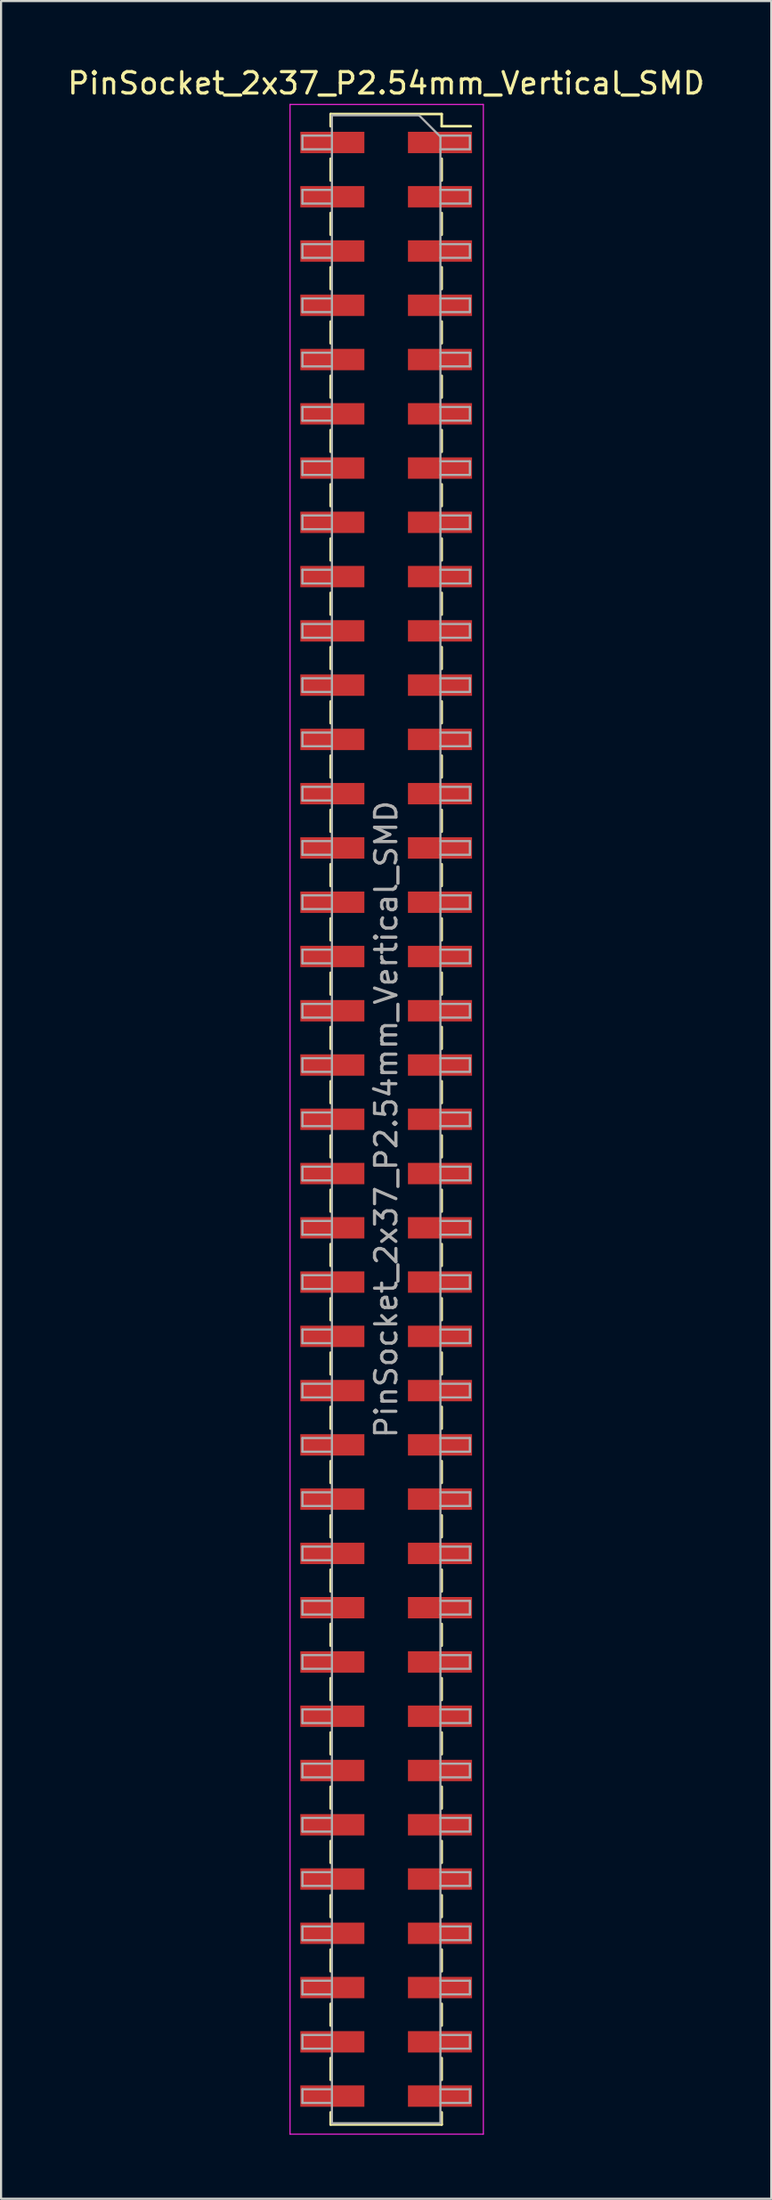
<source format=kicad_pcb>
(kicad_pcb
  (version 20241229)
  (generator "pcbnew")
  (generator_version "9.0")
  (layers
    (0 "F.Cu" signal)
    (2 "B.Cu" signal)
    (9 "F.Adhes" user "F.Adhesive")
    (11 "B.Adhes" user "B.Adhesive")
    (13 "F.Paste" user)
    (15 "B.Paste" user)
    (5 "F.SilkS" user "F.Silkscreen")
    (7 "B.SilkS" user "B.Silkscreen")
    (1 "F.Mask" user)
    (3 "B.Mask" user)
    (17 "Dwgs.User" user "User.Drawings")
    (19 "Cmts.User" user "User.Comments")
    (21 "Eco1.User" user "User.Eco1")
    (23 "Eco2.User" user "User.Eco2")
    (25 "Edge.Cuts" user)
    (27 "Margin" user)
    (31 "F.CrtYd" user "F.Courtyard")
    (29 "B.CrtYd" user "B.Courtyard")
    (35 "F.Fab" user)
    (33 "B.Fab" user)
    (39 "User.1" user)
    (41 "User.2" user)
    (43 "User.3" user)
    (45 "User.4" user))
  (footprint "PinSocket_2x37_P2.54mm_Vertical_SMD"
    (layer "F.Cu")
    (at 15.03 49.338)
    (property "Reference" "PinSocket_2x37_P2.54mm_Vertical_SMD" (at 0 -48.49 0) (layer "F.SilkS") (effects (font (size 1 1) (thickness 0.15))))
    (attr smd)
    (fp_line (start -2.6 -47.05) (end -2.6 -46.48) (stroke (width 0.12) (type solid)) (layer "F.SilkS"))
    (fp_line (start -2.6 -47.05) (end 2.6 -47.05) (stroke (width 0.12) (type solid)) (layer "F.SilkS"))
    (fp_line (start -2.6 -44.96) (end -2.6 -43.94) (stroke (width 0.12) (type solid)) (layer "F.SilkS"))
    (fp_line (start -2.6 -42.42) (end -2.6 -41.4) (stroke (width 0.12) (type solid)) (layer "F.SilkS"))
    (fp_line (start -2.6 -39.88) (end -2.6 -38.86) (stroke (width 0.12) (type solid)) (layer "F.SilkS"))
    (fp_line (start -2.6 -37.34) (end -2.6 -36.32) (stroke (width 0.12) (type solid)) (layer "F.SilkS"))
    (fp_line (start -2.6 -34.8) (end -2.6 -33.78) (stroke (width 0.12) (type solid)) (layer "F.SilkS"))
    (fp_line (start -2.6 -32.26) (end -2.6 -31.24) (stroke (width 0.12) (type solid)) (layer "F.SilkS"))
    (fp_line (start -2.6 -29.72) (end -2.6 -28.7) (stroke (width 0.12) (type solid)) (layer "F.SilkS"))
    (fp_line (start -2.6 -27.18) (end -2.6 -26.16) (stroke (width 0.12) (type solid)) (layer "F.SilkS"))
    (fp_line (start -2.6 -24.64) (end -2.6 -23.62) (stroke (width 0.12) (type solid)) (layer "F.SilkS"))
    (fp_line (start -2.6 -22.1) (end -2.6 -21.08) (stroke (width 0.12) (type solid)) (layer "F.SilkS"))
    (fp_line (start -2.6 -19.56) (end -2.6 -18.54) (stroke (width 0.12) (type solid)) (layer "F.SilkS"))
    (fp_line (start -2.6 -17.02) (end -2.6 -16) (stroke (width 0.12) (type solid)) (layer "F.SilkS"))
    (fp_line (start -2.6 -14.48) (end -2.6 -13.46) (stroke (width 0.12) (type solid)) (layer "F.SilkS"))
    (fp_line (start -2.6 -11.94) (end -2.6 -10.92) (stroke (width 0.12) (type solid)) (layer "F.SilkS"))
    (fp_line (start -2.6 -9.4) (end -2.6 -8.38) (stroke (width 0.12) (type solid)) (layer "F.SilkS"))
    (fp_line (start -2.6 -6.86) (end -2.6 -5.84) (stroke (width 0.12) (type solid)) (layer "F.SilkS"))
    (fp_line (start -2.6 -4.32) (end -2.6 -3.3) (stroke (width 0.12) (type solid)) (layer "F.SilkS"))
    (fp_line (start -2.6 -1.78) (end -2.6 -0.76) (stroke (width 0.12) (type solid)) (layer "F.SilkS"))
    (fp_line (start -2.6 0.76) (end -2.6 1.78) (stroke (width 0.12) (type solid)) (layer "F.SilkS"))
    (fp_line (start -2.6 3.3) (end -2.6 4.32) (stroke (width 0.12) (type solid)) (layer "F.SilkS"))
    (fp_line (start -2.6 5.84) (end -2.6 6.86) (stroke (width 0.12) (type solid)) (layer "F.SilkS"))
    (fp_line (start -2.6 8.38) (end -2.6 9.4) (stroke (width 0.12) (type solid)) (layer "F.SilkS"))
    (fp_line (start -2.6 10.92) (end -2.6 11.94) (stroke (width 0.12) (type solid)) (layer "F.SilkS"))
    (fp_line (start -2.6 13.46) (end -2.6 14.48) (stroke (width 0.12) (type solid)) (layer "F.SilkS"))
    (fp_line (start -2.6 16) (end -2.6 17.02) (stroke (width 0.12) (type solid)) (layer "F.SilkS"))
    (fp_line (start -2.6 18.54) (end -2.6 19.56) (stroke (width 0.12) (type solid)) (layer "F.SilkS"))
    (fp_line (start -2.6 21.08) (end -2.6 22.1) (stroke (width 0.12) (type solid)) (layer "F.SilkS"))
    (fp_line (start -2.6 23.62) (end -2.6 24.64) (stroke (width 0.12) (type solid)) (layer "F.SilkS"))
    (fp_line (start -2.6 26.16) (end -2.6 27.18) (stroke (width 0.12) (type solid)) (layer "F.SilkS"))
    (fp_line (start -2.6 28.7) (end -2.6 29.72) (stroke (width 0.12) (type solid)) (layer "F.SilkS"))
    (fp_line (start -2.6 31.24) (end -2.6 32.26) (stroke (width 0.12) (type solid)) (layer "F.SilkS"))
    (fp_line (start -2.6 33.78) (end -2.6 34.8) (stroke (width 0.12) (type solid)) (layer "F.SilkS"))
    (fp_line (start -2.6 36.32) (end -2.6 37.34) (stroke (width 0.12) (type solid)) (layer "F.SilkS"))
    (fp_line (start -2.6 38.86) (end -2.6 39.88) (stroke (width 0.12) (type solid)) (layer "F.SilkS"))
    (fp_line (start -2.6 41.4) (end -2.6 42.42) (stroke (width 0.12) (type solid)) (layer "F.SilkS"))
    (fp_line (start -2.6 43.94) (end -2.6 44.96) (stroke (width 0.12) (type solid)) (layer "F.SilkS"))
    (fp_line (start -2.6 46.48) (end -2.6 47.05) (stroke (width 0.12) (type solid)) (layer "F.SilkS"))
    (fp_line (start -2.6 47.05) (end 2.6 47.05) (stroke (width 0.12) (type solid)) (layer "F.SilkS"))
    (fp_line (start 2.6 -47.05) (end 2.6 -46.48) (stroke (width 0.12) (type solid)) (layer "F.SilkS"))
    (fp_line (start 2.6 -46.48) (end 3.96 -46.48) (stroke (width 0.12) (type solid)) (layer "F.SilkS"))
    (fp_line (start 2.6 -44.96) (end 2.6 -43.94) (stroke (width 0.12) (type solid)) (layer "F.SilkS"))
    (fp_line (start 2.6 -42.42) (end 2.6 -41.4) (stroke (width 0.12) (type solid)) (layer "F.SilkS"))
    (fp_line (start 2.6 -39.88) (end 2.6 -38.86) (stroke (width 0.12) (type solid)) (layer "F.SilkS"))
    (fp_line (start 2.6 -37.34) (end 2.6 -36.32) (stroke (width 0.12) (type solid)) (layer "F.SilkS"))
    (fp_line (start 2.6 -34.8) (end 2.6 -33.78) (stroke (width 0.12) (type solid)) (layer "F.SilkS"))
    (fp_line (start 2.6 -32.26) (end 2.6 -31.24) (stroke (width 0.12) (type solid)) (layer "F.SilkS"))
    (fp_line (start 2.6 -29.72) (end 2.6 -28.7) (stroke (width 0.12) (type solid)) (layer "F.SilkS"))
    (fp_line (start 2.6 -27.18) (end 2.6 -26.16) (stroke (width 0.12) (type solid)) (layer "F.SilkS"))
    (fp_line (start 2.6 -24.64) (end 2.6 -23.62) (stroke (width 0.12) (type solid)) (layer "F.SilkS"))
    (fp_line (start 2.6 -22.1) (end 2.6 -21.08) (stroke (width 0.12) (type solid)) (layer "F.SilkS"))
    (fp_line (start 2.6 -19.56) (end 2.6 -18.54) (stroke (width 0.12) (type solid)) (layer "F.SilkS"))
    (fp_line (start 2.6 -17.02) (end 2.6 -16) (stroke (width 0.12) (type solid)) (layer "F.SilkS"))
    (fp_line (start 2.6 -14.48) (end 2.6 -13.46) (stroke (width 0.12) (type solid)) (layer "F.SilkS"))
    (fp_line (start 2.6 -11.94) (end 2.6 -10.92) (stroke (width 0.12) (type solid)) (layer "F.SilkS"))
    (fp_line (start 2.6 -9.4) (end 2.6 -8.38) (stroke (width 0.12) (type solid)) (layer "F.SilkS"))
    (fp_line (start 2.6 -6.86) (end 2.6 -5.84) (stroke (width 0.12) (type solid)) (layer "F.SilkS"))
    (fp_line (start 2.6 -4.32) (end 2.6 -3.3) (stroke (width 0.12) (type solid)) (layer "F.SilkS"))
    (fp_line (start 2.6 -1.78) (end 2.6 -0.76) (stroke (width 0.12) (type solid)) (layer "F.SilkS"))
    (fp_line (start 2.6 0.76) (end 2.6 1.78) (stroke (width 0.12) (type solid)) (layer "F.SilkS"))
    (fp_line (start 2.6 3.3) (end 2.6 4.32) (stroke (width 0.12) (type solid)) (layer "F.SilkS"))
    (fp_line (start 2.6 5.84) (end 2.6 6.86) (stroke (width 0.12) (type solid)) (layer "F.SilkS"))
    (fp_line (start 2.6 8.38) (end 2.6 9.4) (stroke (width 0.12) (type solid)) (layer "F.SilkS"))
    (fp_line (start 2.6 10.92) (end 2.6 11.94) (stroke (width 0.12) (type solid)) (layer "F.SilkS"))
    (fp_line (start 2.6 13.46) (end 2.6 14.48) (stroke (width 0.12) (type solid)) (layer "F.SilkS"))
    (fp_line (start 2.6 16) (end 2.6 17.02) (stroke (width 0.12) (type solid)) (layer "F.SilkS"))
    (fp_line (start 2.6 18.54) (end 2.6 19.56) (stroke (width 0.12) (type solid)) (layer "F.SilkS"))
    (fp_line (start 2.6 21.08) (end 2.6 22.1) (stroke (width 0.12) (type solid)) (layer "F.SilkS"))
    (fp_line (start 2.6 23.62) (end 2.6 24.64) (stroke (width 0.12) (type solid)) (layer "F.SilkS"))
    (fp_line (start 2.6 26.16) (end 2.6 27.18) (stroke (width 0.12) (type solid)) (layer "F.SilkS"))
    (fp_line (start 2.6 28.7) (end 2.6 29.72) (stroke (width 0.12) (type solid)) (layer "F.SilkS"))
    (fp_line (start 2.6 31.24) (end 2.6 32.26) (stroke (width 0.12) (type solid)) (layer "F.SilkS"))
    (fp_line (start 2.6 33.78) (end 2.6 34.8) (stroke (width 0.12) (type solid)) (layer "F.SilkS"))
    (fp_line (start 2.6 36.32) (end 2.6 37.34) (stroke (width 0.12) (type solid)) (layer "F.SilkS"))
    (fp_line (start 2.6 38.86) (end 2.6 39.88) (stroke (width 0.12) (type solid)) (layer "F.SilkS"))
    (fp_line (start 2.6 41.4) (end 2.6 42.42) (stroke (width 0.12) (type solid)) (layer "F.SilkS"))
    (fp_line (start 2.6 43.94) (end 2.6 44.96) (stroke (width 0.12) (type solid)) (layer "F.SilkS"))
    (fp_line (start 2.6 46.48) (end 2.6 47.05) (stroke (width 0.12) (type solid)) (layer "F.SilkS"))
    (fp_line (start -4.5 -47.5) (end 4.55 -47.5) (stroke (width 0.05) (type solid)) (layer "F.CrtYd"))
    (fp_line (start -4.5 47.5) (end -4.5 -47.5) (stroke (width 0.05) (type solid)) (layer "F.CrtYd"))
    (fp_line (start 4.55 -47.5) (end 4.55 47.5) (stroke (width 0.05) (type solid)) (layer "F.CrtYd"))
    (fp_line (start 4.55 47.5) (end -4.5 47.5) (stroke (width 0.05) (type solid)) (layer "F.CrtYd"))
    (fp_line (start -3.92 -46.04) (end -2.54 -46.04) (stroke (width 0.1) (type solid)) (layer "F.Fab"))
    (fp_line (start -3.92 -45.4) (end -3.92 -46.04) (stroke (width 0.1) (type solid)) (layer "F.Fab"))
    (fp_line (start -3.92 -43.5) (end -2.54 -43.5) (stroke (width 0.1) (type solid)) (layer "F.Fab"))
    (fp_line (start -3.92 -42.86) (end -3.92 -43.5) (stroke (width 0.1) (type solid)) (layer "F.Fab"))
    (fp_line (start -3.92 -40.96) (end -2.54 -40.96) (stroke (width 0.1) (type solid)) (layer "F.Fab"))
    (fp_line (start -3.92 -40.32) (end -3.92 -40.96) (stroke (width 0.1) (type solid)) (layer "F.Fab"))
    (fp_line (start -3.92 -38.42) (end -2.54 -38.42) (stroke (width 0.1) (type solid)) (layer "F.Fab"))
    (fp_line (start -3.92 -37.78) (end -3.92 -38.42) (stroke (width 0.1) (type solid)) (layer "F.Fab"))
    (fp_line (start -3.92 -35.88) (end -2.54 -35.88) (stroke (width 0.1) (type solid)) (layer "F.Fab"))
    (fp_line (start -3.92 -35.24) (end -3.92 -35.88) (stroke (width 0.1) (type solid)) (layer "F.Fab"))
    (fp_line (start -3.92 -33.34) (end -2.54 -33.34) (stroke (width 0.1) (type solid)) (layer "F.Fab"))
    (fp_line (start -3.92 -32.7) (end -3.92 -33.34) (stroke (width 0.1) (type solid)) (layer "F.Fab"))
    (fp_line (start -3.92 -30.8) (end -2.54 -30.8) (stroke (width 0.1) (type solid)) (layer "F.Fab"))
    (fp_line (start -3.92 -30.16) (end -3.92 -30.8) (stroke (width 0.1) (type solid)) (layer "F.Fab"))
    (fp_line (start -3.92 -28.26) (end -2.54 -28.26) (stroke (width 0.1) (type solid)) (layer "F.Fab"))
    (fp_line (start -3.92 -27.62) (end -3.92 -28.26) (stroke (width 0.1) (type solid)) (layer "F.Fab"))
    (fp_line (start -3.92 -25.72) (end -2.54 -25.72) (stroke (width 0.1) (type solid)) (layer "F.Fab"))
    (fp_line (start -3.92 -25.08) (end -3.92 -25.72) (stroke (width 0.1) (type solid)) (layer "F.Fab"))
    (fp_line (start -3.92 -23.18) (end -2.54 -23.18) (stroke (width 0.1) (type solid)) (layer "F.Fab"))
    (fp_line (start -3.92 -22.54) (end -3.92 -23.18) (stroke (width 0.1) (type solid)) (layer "F.Fab"))
    (fp_line (start -3.92 -20.64) (end -2.54 -20.64) (stroke (width 0.1) (type solid)) (layer "F.Fab"))
    (fp_line (start -3.92 -20) (end -3.92 -20.64) (stroke (width 0.1) (type solid)) (layer "F.Fab"))
    (fp_line (start -3.92 -18.1) (end -2.54 -18.1) (stroke (width 0.1) (type solid)) (layer "F.Fab"))
    (fp_line (start -3.92 -17.46) (end -3.92 -18.1) (stroke (width 0.1) (type solid)) (layer "F.Fab"))
    (fp_line (start -3.92 -15.56) (end -2.54 -15.56) (stroke (width 0.1) (type solid)) (layer "F.Fab"))
    (fp_line (start -3.92 -14.92) (end -3.92 -15.56) (stroke (width 0.1) (type solid)) (layer "F.Fab"))
    (fp_line (start -3.92 -13.02) (end -2.54 -13.02) (stroke (width 0.1) (type solid)) (layer "F.Fab"))
    (fp_line (start -3.92 -12.38) (end -3.92 -13.02) (stroke (width 0.1) (type solid)) (layer "F.Fab"))
    (fp_line (start -3.92 -10.48) (end -2.54 -10.48) (stroke (width 0.1) (type solid)) (layer "F.Fab"))
    (fp_line (start -3.92 -9.84) (end -3.92 -10.48) (stroke (width 0.1) (type solid)) (layer "F.Fab"))
    (fp_line (start -3.92 -7.94) (end -2.54 -7.94) (stroke (width 0.1) (type solid)) (layer "F.Fab"))
    (fp_line (start -3.92 -7.3) (end -3.92 -7.94) (stroke (width 0.1) (type solid)) (layer "F.Fab"))
    (fp_line (start -3.92 -5.4) (end -2.54 -5.4) (stroke (width 0.1) (type solid)) (layer "F.Fab"))
    (fp_line (start -3.92 -4.76) (end -3.92 -5.4) (stroke (width 0.1) (type solid)) (layer "F.Fab"))
    (fp_line (start -3.92 -2.86) (end -2.54 -2.86) (stroke (width 0.1) (type solid)) (layer "F.Fab"))
    (fp_line (start -3.92 -2.22) (end -3.92 -2.86) (stroke (width 0.1) (type solid)) (layer "F.Fab"))
    (fp_line (start -3.92 -0.32) (end -2.54 -0.32) (stroke (width 0.1) (type solid)) (layer "F.Fab"))
    (fp_line (start -3.92 0.32) (end -3.92 -0.32) (stroke (width 0.1) (type solid)) (layer "F.Fab"))
    (fp_line (start -3.92 2.22) (end -2.54 2.22) (stroke (width 0.1) (type solid)) (layer "F.Fab"))
    (fp_line (start -3.92 2.86) (end -3.92 2.22) (stroke (width 0.1) (type solid)) (layer "F.Fab"))
    (fp_line (start -3.92 4.76) (end -2.54 4.76) (stroke (width 0.1) (type solid)) (layer "F.Fab"))
    (fp_line (start -3.92 5.4) (end -3.92 4.76) (stroke (width 0.1) (type solid)) (layer "F.Fab"))
    (fp_line (start -3.92 7.3) (end -2.54 7.3) (stroke (width 0.1) (type solid)) (layer "F.Fab"))
    (fp_line (start -3.92 7.94) (end -3.92 7.3) (stroke (width 0.1) (type solid)) (layer "F.Fab"))
    (fp_line (start -3.92 9.84) (end -2.54 9.84) (stroke (width 0.1) (type solid)) (layer "F.Fab"))
    (fp_line (start -3.92 10.48) (end -3.92 9.84) (stroke (width 0.1) (type solid)) (layer "F.Fab"))
    (fp_line (start -3.92 12.38) (end -2.54 12.38) (stroke (width 0.1) (type solid)) (layer "F.Fab"))
    (fp_line (start -3.92 13.02) (end -3.92 12.38) (stroke (width 0.1) (type solid)) (layer "F.Fab"))
    (fp_line (start -3.92 14.92) (end -2.54 14.92) (stroke (width 0.1) (type solid)) (layer "F.Fab"))
    (fp_line (start -3.92 15.56) (end -3.92 14.92) (stroke (width 0.1) (type solid)) (layer "F.Fab"))
    (fp_line (start -3.92 17.46) (end -2.54 17.46) (stroke (width 0.1) (type solid)) (layer "F.Fab"))
    (fp_line (start -3.92 18.1) (end -3.92 17.46) (stroke (width 0.1) (type solid)) (layer "F.Fab"))
    (fp_line (start -3.92 20) (end -2.54 20) (stroke (width 0.1) (type solid)) (layer "F.Fab"))
    (fp_line (start -3.92 20.64) (end -3.92 20) (stroke (width 0.1) (type solid)) (layer "F.Fab"))
    (fp_line (start -3.92 22.54) (end -2.54 22.54) (stroke (width 0.1) (type solid)) (layer "F.Fab"))
    (fp_line (start -3.92 23.18) (end -3.92 22.54) (stroke (width 0.1) (type solid)) (layer "F.Fab"))
    (fp_line (start -3.92 25.08) (end -2.54 25.08) (stroke (width 0.1) (type solid)) (layer "F.Fab"))
    (fp_line (start -3.92 25.72) (end -3.92 25.08) (stroke (width 0.1) (type solid)) (layer "F.Fab"))
    (fp_line (start -3.92 27.62) (end -2.54 27.62) (stroke (width 0.1) (type solid)) (layer "F.Fab"))
    (fp_line (start -3.92 28.26) (end -3.92 27.62) (stroke (width 0.1) (type solid)) (layer "F.Fab"))
    (fp_line (start -3.92 30.16) (end -2.54 30.16) (stroke (width 0.1) (type solid)) (layer "F.Fab"))
    (fp_line (start -3.92 30.8) (end -3.92 30.16) (stroke (width 0.1) (type solid)) (layer "F.Fab"))
    (fp_line (start -3.92 32.7) (end -2.54 32.7) (stroke (width 0.1) (type solid)) (layer "F.Fab"))
    (fp_line (start -3.92 33.34) (end -3.92 32.7) (stroke (width 0.1) (type solid)) (layer "F.Fab"))
    (fp_line (start -3.92 35.24) (end -2.54 35.24) (stroke (width 0.1) (type solid)) (layer "F.Fab"))
    (fp_line (start -3.92 35.88) (end -3.92 35.24) (stroke (width 0.1) (type solid)) (layer "F.Fab"))
    (fp_line (start -3.92 37.78) (end -2.54 37.78) (stroke (width 0.1) (type solid)) (layer "F.Fab"))
    (fp_line (start -3.92 38.42) (end -3.92 37.78) (stroke (width 0.1) (type solid)) (layer "F.Fab"))
    (fp_line (start -3.92 40.32) (end -2.54 40.32) (stroke (width 0.1) (type solid)) (layer "F.Fab"))
    (fp_line (start -3.92 40.96) (end -3.92 40.32) (stroke (width 0.1) (type solid)) (layer "F.Fab"))
    (fp_line (start -3.92 42.86) (end -2.54 42.86) (stroke (width 0.1) (type solid)) (layer "F.Fab"))
    (fp_line (start -3.92 43.5) (end -3.92 42.86) (stroke (width 0.1) (type solid)) (layer "F.Fab"))
    (fp_line (start -3.92 45.4) (end -2.54 45.4) (stroke (width 0.1) (type solid)) (layer "F.Fab"))
    (fp_line (start -3.92 46.04) (end -3.92 45.4) (stroke (width 0.1) (type solid)) (layer "F.Fab"))
    (fp_line (start -2.54 -46.99) (end 1.54 -46.99) (stroke (width 0.1) (type solid)) (layer "F.Fab"))
    (fp_line (start -2.54 -45.4) (end -3.92 -45.4) (stroke (width 0.1) (type solid)) (layer "F.Fab"))
    (fp_line (start -2.54 -42.86) (end -3.92 -42.86) (stroke (width 0.1) (type solid)) (layer "F.Fab"))
    (fp_line (start -2.54 -40.32) (end -3.92 -40.32) (stroke (width 0.1) (type solid)) (layer "F.Fab"))
    (fp_line (start -2.54 -37.78) (end -3.92 -37.78) (stroke (width 0.1) (type solid)) (layer "F.Fab"))
    (fp_line (start -2.54 -35.24) (end -3.92 -35.24) (stroke (width 0.1) (type solid)) (layer "F.Fab"))
    (fp_line (start -2.54 -32.7) (end -3.92 -32.7) (stroke (width 0.1) (type solid)) (layer "F.Fab"))
    (fp_line (start -2.54 -30.16) (end -3.92 -30.16) (stroke (width 0.1) (type solid)) (layer "F.Fab"))
    (fp_line (start -2.54 -27.62) (end -3.92 -27.62) (stroke (width 0.1) (type solid)) (layer "F.Fab"))
    (fp_line (start -2.54 -25.08) (end -3.92 -25.08) (stroke (width 0.1) (type solid)) (layer "F.Fab"))
    (fp_line (start -2.54 -22.54) (end -3.92 -22.54) (stroke (width 0.1) (type solid)) (layer "F.Fab"))
    (fp_line (start -2.54 -20) (end -3.92 -20) (stroke (width 0.1) (type solid)) (layer "F.Fab"))
    (fp_line (start -2.54 -17.46) (end -3.92 -17.46) (stroke (width 0.1) (type solid)) (layer "F.Fab"))
    (fp_line (start -2.54 -14.92) (end -3.92 -14.92) (stroke (width 0.1) (type solid)) (layer "F.Fab"))
    (fp_line (start -2.54 -12.38) (end -3.92 -12.38) (stroke (width 0.1) (type solid)) (layer "F.Fab"))
    (fp_line (start -2.54 -9.84) (end -3.92 -9.84) (stroke (width 0.1) (type solid)) (layer "F.Fab"))
    (fp_line (start -2.54 -7.3) (end -3.92 -7.3) (stroke (width 0.1) (type solid)) (layer "F.Fab"))
    (fp_line (start -2.54 -4.76) (end -3.92 -4.76) (stroke (width 0.1) (type solid)) (layer "F.Fab"))
    (fp_line (start -2.54 -2.22) (end -3.92 -2.22) (stroke (width 0.1) (type solid)) (layer "F.Fab"))
    (fp_line (start -2.54 0.32) (end -3.92 0.32) (stroke (width 0.1) (type solid)) (layer "F.Fab"))
    (fp_line (start -2.54 2.86) (end -3.92 2.86) (stroke (width 0.1) (type solid)) (layer "F.Fab"))
    (fp_line (start -2.54 5.4) (end -3.92 5.4) (stroke (width 0.1) (type solid)) (layer "F.Fab"))
    (fp_line (start -2.54 7.94) (end -3.92 7.94) (stroke (width 0.1) (type solid)) (layer "F.Fab"))
    (fp_line (start -2.54 10.48) (end -3.92 10.48) (stroke (width 0.1) (type solid)) (layer "F.Fab"))
    (fp_line (start -2.54 13.02) (end -3.92 13.02) (stroke (width 0.1) (type solid)) (layer "F.Fab"))
    (fp_line (start -2.54 15.56) (end -3.92 15.56) (stroke (width 0.1) (type solid)) (layer "F.Fab"))
    (fp_line (start -2.54 18.1) (end -3.92 18.1) (stroke (width 0.1) (type solid)) (layer "F.Fab"))
    (fp_line (start -2.54 20.64) (end -3.92 20.64) (stroke (width 0.1) (type solid)) (layer "F.Fab"))
    (fp_line (start -2.54 23.18) (end -3.92 23.18) (stroke (width 0.1) (type solid)) (layer "F.Fab"))
    (fp_line (start -2.54 25.72) (end -3.92 25.72) (stroke (width 0.1) (type solid)) (layer "F.Fab"))
    (fp_line (start -2.54 28.26) (end -3.92 28.26) (stroke (width 0.1) (type solid)) (layer "F.Fab"))
    (fp_line (start -2.54 30.8) (end -3.92 30.8) (stroke (width 0.1) (type solid)) (layer "F.Fab"))
    (fp_line (start -2.54 33.34) (end -3.92 33.34) (stroke (width 0.1) (type solid)) (layer "F.Fab"))
    (fp_line (start -2.54 35.88) (end -3.92 35.88) (stroke (width 0.1) (type solid)) (layer "F.Fab"))
    (fp_line (start -2.54 38.42) (end -3.92 38.42) (stroke (width 0.1) (type solid)) (layer "F.Fab"))
    (fp_line (start -2.54 40.96) (end -3.92 40.96) (stroke (width 0.1) (type solid)) (layer "F.Fab"))
    (fp_line (start -2.54 43.5) (end -3.92 43.5) (stroke (width 0.1) (type solid)) (layer "F.Fab"))
    (fp_line (start -2.54 46.04) (end -3.92 46.04) (stroke (width 0.1) (type solid)) (layer "F.Fab"))
    (fp_line (start -2.54 46.99) (end -2.54 -46.99) (stroke (width 0.1) (type solid)) (layer "F.Fab"))
    (fp_line (start 1.54 -46.99) (end 2.54 -45.99) (stroke (width 0.1) (type solid)) (layer "F.Fab"))
    (fp_line (start 2.54 -46.04) (end 3.92 -46.04) (stroke (width 0.1) (type solid)) (layer "F.Fab"))
    (fp_line (start 2.54 -45.99) (end 2.54 46.99) (stroke (width 0.1) (type solid)) (layer "F.Fab"))
    (fp_line (start 2.54 -43.5) (end 3.92 -43.5) (stroke (width 0.1) (type solid)) (layer "F.Fab"))
    (fp_line (start 2.54 -40.96) (end 3.92 -40.96) (stroke (width 0.1) (type solid)) (layer "F.Fab"))
    (fp_line (start 2.54 -38.42) (end 3.92 -38.42) (stroke (width 0.1) (type solid)) (layer "F.Fab"))
    (fp_line (start 2.54 -35.88) (end 3.92 -35.88) (stroke (width 0.1) (type solid)) (layer "F.Fab"))
    (fp_line (start 2.54 -33.34) (end 3.92 -33.34) (stroke (width 0.1) (type solid)) (layer "F.Fab"))
    (fp_line (start 2.54 -30.8) (end 3.92 -30.8) (stroke (width 0.1) (type solid)) (layer "F.Fab"))
    (fp_line (start 2.54 -28.26) (end 3.92 -28.26) (stroke (width 0.1) (type solid)) (layer "F.Fab"))
    (fp_line (start 2.54 -25.72) (end 3.92 -25.72) (stroke (width 0.1) (type solid)) (layer "F.Fab"))
    (fp_line (start 2.54 -23.18) (end 3.92 -23.18) (stroke (width 0.1) (type solid)) (layer "F.Fab"))
    (fp_line (start 2.54 -20.64) (end 3.92 -20.64) (stroke (width 0.1) (type solid)) (layer "F.Fab"))
    (fp_line (start 2.54 -18.1) (end 3.92 -18.1) (stroke (width 0.1) (type solid)) (layer "F.Fab"))
    (fp_line (start 2.54 -15.56) (end 3.92 -15.56) (stroke (width 0.1) (type solid)) (layer "F.Fab"))
    (fp_line (start 2.54 -13.02) (end 3.92 -13.02) (stroke (width 0.1) (type solid)) (layer "F.Fab"))
    (fp_line (start 2.54 -10.48) (end 3.92 -10.48) (stroke (width 0.1) (type solid)) (layer "F.Fab"))
    (fp_line (start 2.54 -7.94) (end 3.92 -7.94) (stroke (width 0.1) (type solid)) (layer "F.Fab"))
    (fp_line (start 2.54 -5.4) (end 3.92 -5.4) (stroke (width 0.1) (type solid)) (layer "F.Fab"))
    (fp_line (start 2.54 -2.86) (end 3.92 -2.86) (stroke (width 0.1) (type solid)) (layer "F.Fab"))
    (fp_line (start 2.54 -0.32) (end 3.92 -0.32) (stroke (width 0.1) (type solid)) (layer "F.Fab"))
    (fp_line (start 2.54 2.22) (end 3.92 2.22) (stroke (width 0.1) (type solid)) (layer "F.Fab"))
    (fp_line (start 2.54 4.76) (end 3.92 4.76) (stroke (width 0.1) (type solid)) (layer "F.Fab"))
    (fp_line (start 2.54 7.3) (end 3.92 7.3) (stroke (width 0.1) (type solid)) (layer "F.Fab"))
    (fp_line (start 2.54 9.84) (end 3.92 9.84) (stroke (width 0.1) (type solid)) (layer "F.Fab"))
    (fp_line (start 2.54 12.38) (end 3.92 12.38) (stroke (width 0.1) (type solid)) (layer "F.Fab"))
    (fp_line (start 2.54 14.92) (end 3.92 14.92) (stroke (width 0.1) (type solid)) (layer "F.Fab"))
    (fp_line (start 2.54 17.46) (end 3.92 17.46) (stroke (width 0.1) (type solid)) (layer "F.Fab"))
    (fp_line (start 2.54 20) (end 3.92 20) (stroke (width 0.1) (type solid)) (layer "F.Fab"))
    (fp_line (start 2.54 22.54) (end 3.92 22.54) (stroke (width 0.1) (type solid)) (layer "F.Fab"))
    (fp_line (start 2.54 25.08) (end 3.92 25.08) (stroke (width 0.1) (type solid)) (layer "F.Fab"))
    (fp_line (start 2.54 27.62) (end 3.92 27.62) (stroke (width 0.1) (type solid)) (layer "F.Fab"))
    (fp_line (start 2.54 30.16) (end 3.92 30.16) (stroke (width 0.1) (type solid)) (layer "F.Fab"))
    (fp_line (start 2.54 32.7) (end 3.92 32.7) (stroke (width 0.1) (type solid)) (layer "F.Fab"))
    (fp_line (start 2.54 35.24) (end 3.92 35.24) (stroke (width 0.1) (type solid)) (layer "F.Fab"))
    (fp_line (start 2.54 37.78) (end 3.92 37.78) (stroke (width 0.1) (type solid)) (layer "F.Fab"))
    (fp_line (start 2.54 40.32) (end 3.92 40.32) (stroke (width 0.1) (type solid)) (layer "F.Fab"))
    (fp_line (start 2.54 42.86) (end 3.92 42.86) (stroke (width 0.1) (type solid)) (layer "F.Fab"))
    (fp_line (start 2.54 45.4) (end 3.92 45.4) (stroke (width 0.1) (type solid)) (layer "F.Fab"))
    (fp_line (start 2.54 46.99) (end -2.54 46.99) (stroke (width 0.1) (type solid)) (layer "F.Fab"))
    (fp_line (start 3.92 -46.04) (end 3.92 -45.4) (stroke (width 0.1) (type solid)) (layer "F.Fab"))
    (fp_line (start 3.92 -45.4) (end 2.54 -45.4) (stroke (width 0.1) (type solid)) (layer "F.Fab"))
    (fp_line (start 3.92 -43.5) (end 3.92 -42.86) (stroke (width 0.1) (type solid)) (layer "F.Fab"))
    (fp_line (start 3.92 -42.86) (end 2.54 -42.86) (stroke (width 0.1) (type solid)) (layer "F.Fab"))
    (fp_line (start 3.92 -40.96) (end 3.92 -40.32) (stroke (width 0.1) (type solid)) (layer "F.Fab"))
    (fp_line (start 3.92 -40.32) (end 2.54 -40.32) (stroke (width 0.1) (type solid)) (layer "F.Fab"))
    (fp_line (start 3.92 -38.42) (end 3.92 -37.78) (stroke (width 0.1) (type solid)) (layer "F.Fab"))
    (fp_line (start 3.92 -37.78) (end 2.54 -37.78) (stroke (width 0.1) (type solid)) (layer "F.Fab"))
    (fp_line (start 3.92 -35.88) (end 3.92 -35.24) (stroke (width 0.1) (type solid)) (layer "F.Fab"))
    (fp_line (start 3.92 -35.24) (end 2.54 -35.24) (stroke (width 0.1) (type solid)) (layer "F.Fab"))
    (fp_line (start 3.92 -33.34) (end 3.92 -32.7) (stroke (width 0.1) (type solid)) (layer "F.Fab"))
    (fp_line (start 3.92 -32.7) (end 2.54 -32.7) (stroke (width 0.1) (type solid)) (layer "F.Fab"))
    (fp_line (start 3.92 -30.8) (end 3.92 -30.16) (stroke (width 0.1) (type solid)) (layer "F.Fab"))
    (fp_line (start 3.92 -30.16) (end 2.54 -30.16) (stroke (width 0.1) (type solid)) (layer "F.Fab"))
    (fp_line (start 3.92 -28.26) (end 3.92 -27.62) (stroke (width 0.1) (type solid)) (layer "F.Fab"))
    (fp_line (start 3.92 -27.62) (end 2.54 -27.62) (stroke (width 0.1) (type solid)) (layer "F.Fab"))
    (fp_line (start 3.92 -25.72) (end 3.92 -25.08) (stroke (width 0.1) (type solid)) (layer "F.Fab"))
    (fp_line (start 3.92 -25.08) (end 2.54 -25.08) (stroke (width 0.1) (type solid)) (layer "F.Fab"))
    (fp_line (start 3.92 -23.18) (end 3.92 -22.54) (stroke (width 0.1) (type solid)) (layer "F.Fab"))
    (fp_line (start 3.92 -22.54) (end 2.54 -22.54) (stroke (width 0.1) (type solid)) (layer "F.Fab"))
    (fp_line (start 3.92 -20.64) (end 3.92 -20) (stroke (width 0.1) (type solid)) (layer "F.Fab"))
    (fp_line (start 3.92 -20) (end 2.54 -20) (stroke (width 0.1) (type solid)) (layer "F.Fab"))
    (fp_line (start 3.92 -18.1) (end 3.92 -17.46) (stroke (width 0.1) (type solid)) (layer "F.Fab"))
    (fp_line (start 3.92 -17.46) (end 2.54 -17.46) (stroke (width 0.1) (type solid)) (layer "F.Fab"))
    (fp_line (start 3.92 -15.56) (end 3.92 -14.92) (stroke (width 0.1) (type solid)) (layer "F.Fab"))
    (fp_line (start 3.92 -14.92) (end 2.54 -14.92) (stroke (width 0.1) (type solid)) (layer "F.Fab"))
    (fp_line (start 3.92 -13.02) (end 3.92 -12.38) (stroke (width 0.1) (type solid)) (layer "F.Fab"))
    (fp_line (start 3.92 -12.38) (end 2.54 -12.38) (stroke (width 0.1) (type solid)) (layer "F.Fab"))
    (fp_line (start 3.92 -10.48) (end 3.92 -9.84) (stroke (width 0.1) (type solid)) (layer "F.Fab"))
    (fp_line (start 3.92 -9.84) (end 2.54 -9.84) (stroke (width 0.1) (type solid)) (layer "F.Fab"))
    (fp_line (start 3.92 -7.94) (end 3.92 -7.3) (stroke (width 0.1) (type solid)) (layer "F.Fab"))
    (fp_line (start 3.92 -7.3) (end 2.54 -7.3) (stroke (width 0.1) (type solid)) (layer "F.Fab"))
    (fp_line (start 3.92 -5.4) (end 3.92 -4.76) (stroke (width 0.1) (type solid)) (layer "F.Fab"))
    (fp_line (start 3.92 -4.76) (end 2.54 -4.76) (stroke (width 0.1) (type solid)) (layer "F.Fab"))
    (fp_line (start 3.92 -2.86) (end 3.92 -2.22) (stroke (width 0.1) (type solid)) (layer "F.Fab"))
    (fp_line (start 3.92 -2.22) (end 2.54 -2.22) (stroke (width 0.1) (type solid)) (layer "F.Fab"))
    (fp_line (start 3.92 -0.32) (end 3.92 0.32) (stroke (width 0.1) (type solid)) (layer "F.Fab"))
    (fp_line (start 3.92 0.32) (end 2.54 0.32) (stroke (width 0.1) (type solid)) (layer "F.Fab"))
    (fp_line (start 3.92 2.22) (end 3.92 2.86) (stroke (width 0.1) (type solid)) (layer "F.Fab"))
    (fp_line (start 3.92 2.86) (end 2.54 2.86) (stroke (width 0.1) (type solid)) (layer "F.Fab"))
    (fp_line (start 3.92 4.76) (end 3.92 5.4) (stroke (width 0.1) (type solid)) (layer "F.Fab"))
    (fp_line (start 3.92 5.4) (end 2.54 5.4) (stroke (width 0.1) (type solid)) (layer "F.Fab"))
    (fp_line (start 3.92 7.3) (end 3.92 7.94) (stroke (width 0.1) (type solid)) (layer "F.Fab"))
    (fp_line (start 3.92 7.94) (end 2.54 7.94) (stroke (width 0.1) (type solid)) (layer "F.Fab"))
    (fp_line (start 3.92 9.84) (end 3.92 10.48) (stroke (width 0.1) (type solid)) (layer "F.Fab"))
    (fp_line (start 3.92 10.48) (end 2.54 10.48) (stroke (width 0.1) (type solid)) (layer "F.Fab"))
    (fp_line (start 3.92 12.38) (end 3.92 13.02) (stroke (width 0.1) (type solid)) (layer "F.Fab"))
    (fp_line (start 3.92 13.02) (end 2.54 13.02) (stroke (width 0.1) (type solid)) (layer "F.Fab"))
    (fp_line (start 3.92 14.92) (end 3.92 15.56) (stroke (width 0.1) (type solid)) (layer "F.Fab"))
    (fp_line (start 3.92 15.56) (end 2.54 15.56) (stroke (width 0.1) (type solid)) (layer "F.Fab"))
    (fp_line (start 3.92 17.46) (end 3.92 18.1) (stroke (width 0.1) (type solid)) (layer "F.Fab"))
    (fp_line (start 3.92 18.1) (end 2.54 18.1) (stroke (width 0.1) (type solid)) (layer "F.Fab"))
    (fp_line (start 3.92 20) (end 3.92 20.64) (stroke (width 0.1) (type solid)) (layer "F.Fab"))
    (fp_line (start 3.92 20.64) (end 2.54 20.64) (stroke (width 0.1) (type solid)) (layer "F.Fab"))
    (fp_line (start 3.92 22.54) (end 3.92 23.18) (stroke (width 0.1) (type solid)) (layer "F.Fab"))
    (fp_line (start 3.92 23.18) (end 2.54 23.18) (stroke (width 0.1) (type solid)) (layer "F.Fab"))
    (fp_line (start 3.92 25.08) (end 3.92 25.72) (stroke (width 0.1) (type solid)) (layer "F.Fab"))
    (fp_line (start 3.92 25.72) (end 2.54 25.72) (stroke (width 0.1) (type solid)) (layer "F.Fab"))
    (fp_line (start 3.92 27.62) (end 3.92 28.26) (stroke (width 0.1) (type solid)) (layer "F.Fab"))
    (fp_line (start 3.92 28.26) (end 2.54 28.26) (stroke (width 0.1) (type solid)) (layer "F.Fab"))
    (fp_line (start 3.92 30.16) (end 3.92 30.8) (stroke (width 0.1) (type solid)) (layer "F.Fab"))
    (fp_line (start 3.92 30.8) (end 2.54 30.8) (stroke (width 0.1) (type solid)) (layer "F.Fab"))
    (fp_line (start 3.92 32.7) (end 3.92 33.34) (stroke (width 0.1) (type solid)) (layer "F.Fab"))
    (fp_line (start 3.92 33.34) (end 2.54 33.34) (stroke (width 0.1) (type solid)) (layer "F.Fab"))
    (fp_line (start 3.92 35.24) (end 3.92 35.88) (stroke (width 0.1) (type solid)) (layer "F.Fab"))
    (fp_line (start 3.92 35.88) (end 2.54 35.88) (stroke (width 0.1) (type solid)) (layer "F.Fab"))
    (fp_line (start 3.92 37.78) (end 3.92 38.42) (stroke (width 0.1) (type solid)) (layer "F.Fab"))
    (fp_line (start 3.92 38.42) (end 2.54 38.42) (stroke (width 0.1) (type solid)) (layer "F.Fab"))
    (fp_line (start 3.92 40.32) (end 3.92 40.96) (stroke (width 0.1) (type solid)) (layer "F.Fab"))
    (fp_line (start 3.92 40.96) (end 2.54 40.96) (stroke (width 0.1) (type solid)) (layer "F.Fab"))
    (fp_line (start 3.92 42.86) (end 3.92 43.5) (stroke (width 0.1) (type solid)) (layer "F.Fab"))
    (fp_line (start 3.92 43.5) (end 2.54 43.5) (stroke (width 0.1) (type solid)) (layer "F.Fab"))
    (fp_line (start 3.92 45.4) (end 3.92 46.04) (stroke (width 0.1) (type solid)) (layer "F.Fab"))
    (fp_line (start 3.92 46.04) (end 2.54 46.04) (stroke (width 0.1) (type solid)) (layer "F.Fab"))
    (fp_text user "${REFERENCE}" (at 0 0 90) (layer "F.Fab") (effects (font (size 1 1) (thickness 0.15))))
    (pad "1" smd rect (at 2.52 -45.72) (size 3 1) (layers "F.Cu" "F.Mask" "F.Paste"))
    (pad "2" smd rect (at -2.52 -45.72) (size 3 1) (layers "F.Cu" "F.Mask" "F.Paste"))
    (pad "3" smd rect (at 2.52 -43.18) (size 3 1) (layers "F.Cu" "F.Mask" "F.Paste"))
    (pad "4" smd rect (at -2.52 -43.18) (size 3 1) (layers "F.Cu" "F.Mask" "F.Paste"))
    (pad "5" smd rect (at 2.52 -40.64) (size 3 1) (layers "F.Cu" "F.Mask" "F.Paste"))
    (pad "6" smd rect (at -2.52 -40.64) (size 3 1) (layers "F.Cu" "F.Mask" "F.Paste"))
    (pad "7" smd rect (at 2.52 -38.1) (size 3 1) (layers "F.Cu" "F.Mask" "F.Paste"))
    (pad "8" smd rect (at -2.52 -38.1) (size 3 1) (layers "F.Cu" "F.Mask" "F.Paste"))
    (pad "9" smd rect (at 2.52 -35.56) (size 3 1) (layers "F.Cu" "F.Mask" "F.Paste"))
    (pad "10" smd rect (at -2.52 -35.56) (size 3 1) (layers "F.Cu" "F.Mask" "F.Paste"))
    (pad "11" smd rect (at 2.52 -33.02) (size 3 1) (layers "F.Cu" "F.Mask" "F.Paste"))
    (pad "12" smd rect (at -2.52 -33.02) (size 3 1) (layers "F.Cu" "F.Mask" "F.Paste"))
    (pad "13" smd rect (at 2.52 -30.48) (size 3 1) (layers "F.Cu" "F.Mask" "F.Paste"))
    (pad "14" smd rect (at -2.52 -30.48) (size 3 1) (layers "F.Cu" "F.Mask" "F.Paste"))
    (pad "15" smd rect (at 2.52 -27.94) (size 3 1) (layers "F.Cu" "F.Mask" "F.Paste"))
    (pad "16" smd rect (at -2.52 -27.94) (size 3 1) (layers "F.Cu" "F.Mask" "F.Paste"))
    (pad "17" smd rect (at 2.52 -25.4) (size 3 1) (layers "F.Cu" "F.Mask" "F.Paste"))
    (pad "18" smd rect (at -2.52 -25.4) (size 3 1) (layers "F.Cu" "F.Mask" "F.Paste"))
    (pad "19" smd rect (at 2.52 -22.86) (size 3 1) (layers "F.Cu" "F.Mask" "F.Paste"))
    (pad "20" smd rect (at -2.52 -22.86) (size 3 1) (layers "F.Cu" "F.Mask" "F.Paste"))
    (pad "21" smd rect (at 2.52 -20.32) (size 3 1) (layers "F.Cu" "F.Mask" "F.Paste"))
    (pad "22" smd rect (at -2.52 -20.32) (size 3 1) (layers "F.Cu" "F.Mask" "F.Paste"))
    (pad "23" smd rect (at 2.52 -17.78) (size 3 1) (layers "F.Cu" "F.Mask" "F.Paste"))
    (pad "24" smd rect (at -2.52 -17.78) (size 3 1) (layers "F.Cu" "F.Mask" "F.Paste"))
    (pad "25" smd rect (at 2.52 -15.24) (size 3 1) (layers "F.Cu" "F.Mask" "F.Paste"))
    (pad "26" smd rect (at -2.52 -15.24) (size 3 1) (layers "F.Cu" "F.Mask" "F.Paste"))
    (pad "27" smd rect (at 2.52 -12.7) (size 3 1) (layers "F.Cu" "F.Mask" "F.Paste"))
    (pad "28" smd rect (at -2.52 -12.7) (size 3 1) (layers "F.Cu" "F.Mask" "F.Paste"))
    (pad "29" smd rect (at 2.52 -10.16) (size 3 1) (layers "F.Cu" "F.Mask" "F.Paste"))
    (pad "30" smd rect (at -2.52 -10.16) (size 3 1) (layers "F.Cu" "F.Mask" "F.Paste"))
    (pad "31" smd rect (at 2.52 -7.62) (size 3 1) (layers "F.Cu" "F.Mask" "F.Paste"))
    (pad "32" smd rect (at -2.52 -7.62) (size 3 1) (layers "F.Cu" "F.Mask" "F.Paste"))
    (pad "33" smd rect (at 2.52 -5.08) (size 3 1) (layers "F.Cu" "F.Mask" "F.Paste"))
    (pad "34" smd rect (at -2.52 -5.08) (size 3 1) (layers "F.Cu" "F.Mask" "F.Paste"))
    (pad "35" smd rect (at 2.52 -2.54) (size 3 1) (layers "F.Cu" "F.Mask" "F.Paste"))
    (pad "36" smd rect (at -2.52 -2.54) (size 3 1) (layers "F.Cu" "F.Mask" "F.Paste"))
    (pad "37" smd rect (at 2.52 0) (size 3 1) (layers "F.Cu" "F.Mask" "F.Paste"))
    (pad "38" smd rect (at -2.52 0) (size 3 1) (layers "F.Cu" "F.Mask" "F.Paste"))
    (pad "39" smd rect (at 2.52 2.54) (size 3 1) (layers "F.Cu" "F.Mask" "F.Paste"))
    (pad "40" smd rect (at -2.52 2.54) (size 3 1) (layers "F.Cu" "F.Mask" "F.Paste"))
    (pad "41" smd rect (at 2.52 5.08) (size 3 1) (layers "F.Cu" "F.Mask" "F.Paste"))
    (pad "42" smd rect (at -2.52 5.08) (size 3 1) (layers "F.Cu" "F.Mask" "F.Paste"))
    (pad "43" smd rect (at 2.52 7.62) (size 3 1) (layers "F.Cu" "F.Mask" "F.Paste"))
    (pad "44" smd rect (at -2.52 7.62) (size 3 1) (layers "F.Cu" "F.Mask" "F.Paste"))
    (pad "45" smd rect (at 2.52 10.16) (size 3 1) (layers "F.Cu" "F.Mask" "F.Paste"))
    (pad "46" smd rect (at -2.52 10.16) (size 3 1) (layers "F.Cu" "F.Mask" "F.Paste"))
    (pad "47" smd rect (at 2.52 12.7) (size 3 1) (layers "F.Cu" "F.Mask" "F.Paste"))
    (pad "48" smd rect (at -2.52 12.7) (size 3 1) (layers "F.Cu" "F.Mask" "F.Paste"))
    (pad "49" smd rect (at 2.52 15.24) (size 3 1) (layers "F.Cu" "F.Mask" "F.Paste"))
    (pad "50" smd rect (at -2.52 15.24) (size 3 1) (layers "F.Cu" "F.Mask" "F.Paste"))
    (pad "51" smd rect (at 2.52 17.78) (size 3 1) (layers "F.Cu" "F.Mask" "F.Paste"))
    (pad "52" smd rect (at -2.52 17.78) (size 3 1) (layers "F.Cu" "F.Mask" "F.Paste"))
    (pad "53" smd rect (at 2.52 20.32) (size 3 1) (layers "F.Cu" "F.Mask" "F.Paste"))
    (pad "54" smd rect (at -2.52 20.32) (size 3 1) (layers "F.Cu" "F.Mask" "F.Paste"))
    (pad "55" smd rect (at 2.52 22.86) (size 3 1) (layers "F.Cu" "F.Mask" "F.Paste"))
    (pad "56" smd rect (at -2.52 22.86) (size 3 1) (layers "F.Cu" "F.Mask" "F.Paste"))
    (pad "57" smd rect (at 2.52 25.4) (size 3 1) (layers "F.Cu" "F.Mask" "F.Paste"))
    (pad "58" smd rect (at -2.52 25.4) (size 3 1) (layers "F.Cu" "F.Mask" "F.Paste"))
    (pad "59" smd rect (at 2.52 27.94) (size 3 1) (layers "F.Cu" "F.Mask" "F.Paste"))
    (pad "60" smd rect (at -2.52 27.94) (size 3 1) (layers "F.Cu" "F.Mask" "F.Paste"))
    (pad "61" smd rect (at 2.52 30.48) (size 3 1) (layers "F.Cu" "F.Mask" "F.Paste"))
    (pad "62" smd rect (at -2.52 30.48) (size 3 1) (layers "F.Cu" "F.Mask" "F.Paste"))
    (pad "63" smd rect (at 2.52 33.02) (size 3 1) (layers "F.Cu" "F.Mask" "F.Paste"))
    (pad "64" smd rect (at -2.52 33.02) (size 3 1) (layers "F.Cu" "F.Mask" "F.Paste"))
    (pad "65" smd rect (at 2.52 35.56) (size 3 1) (layers "F.Cu" "F.Mask" "F.Paste"))
    (pad "66" smd rect (at -2.52 35.56) (size 3 1) (layers "F.Cu" "F.Mask" "F.Paste"))
    (pad "67" smd rect (at 2.52 38.1) (size 3 1) (layers "F.Cu" "F.Mask" "F.Paste"))
    (pad "68" smd rect (at -2.52 38.1) (size 3 1) (layers "F.Cu" "F.Mask" "F.Paste"))
    (pad "69" smd rect (at 2.52 40.64) (size 3 1) (layers "F.Cu" "F.Mask" "F.Paste"))
    (pad "70" smd rect (at -2.52 40.64) (size 3 1) (layers "F.Cu" "F.Mask" "F.Paste"))
    (pad "71" smd rect (at 2.52 43.18) (size 3 1) (layers "F.Cu" "F.Mask" "F.Paste"))
    (pad "72" smd rect (at -2.52 43.18) (size 3 1) (layers "F.Cu" "F.Mask" "F.Paste"))
    (pad "73" smd rect (at 2.52 45.72) (size 3 1) (layers "F.Cu" "F.Mask" "F.Paste"))
    (pad "74" smd rect (at -2.52 45.72) (size 3 1) (layers "F.Cu" "F.Mask" "F.Paste")))
  (gr_rect
    (start -3 -3)
    (end 33.06 99.863)
    (stroke (width 0.1) (type default))
    (fill no)
    (layer "Edge.Cuts")))
</source>
